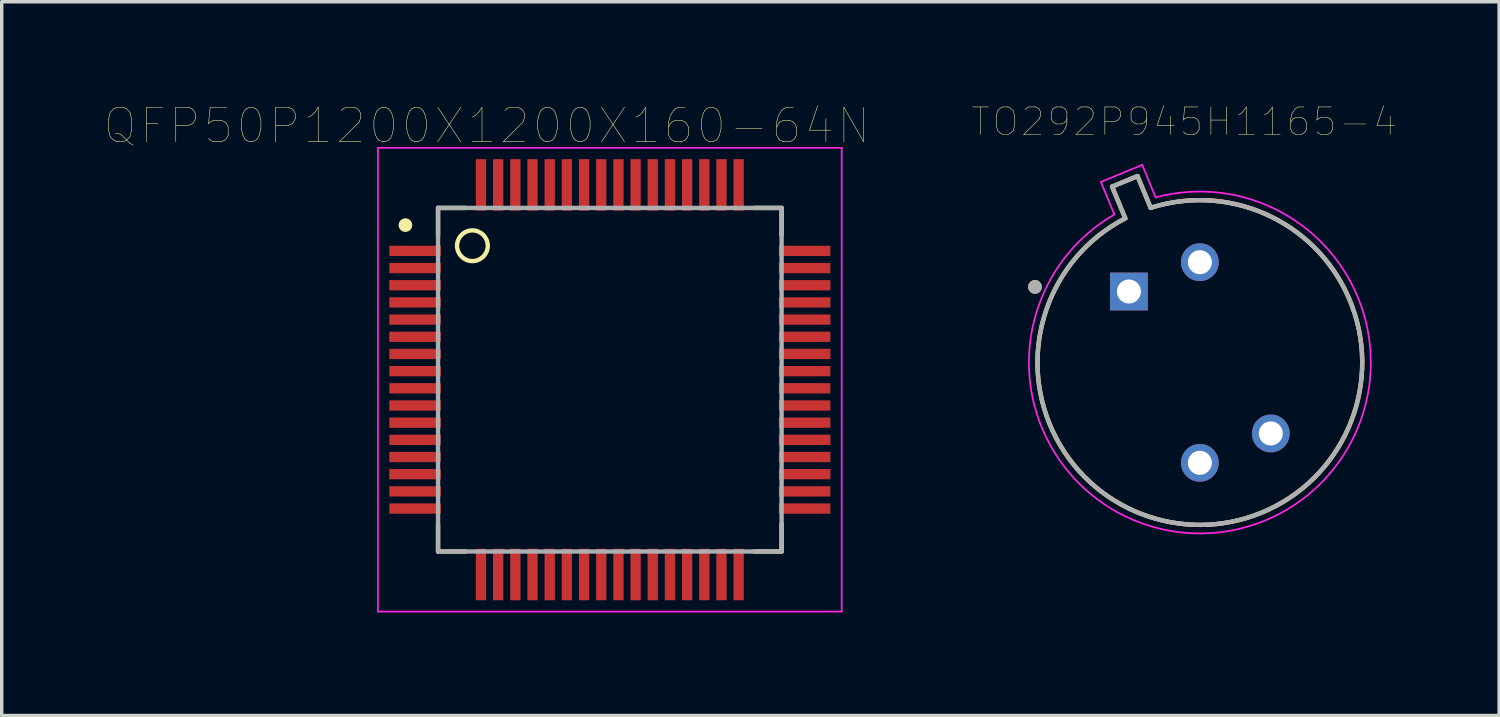
<source format=kicad_pcb>
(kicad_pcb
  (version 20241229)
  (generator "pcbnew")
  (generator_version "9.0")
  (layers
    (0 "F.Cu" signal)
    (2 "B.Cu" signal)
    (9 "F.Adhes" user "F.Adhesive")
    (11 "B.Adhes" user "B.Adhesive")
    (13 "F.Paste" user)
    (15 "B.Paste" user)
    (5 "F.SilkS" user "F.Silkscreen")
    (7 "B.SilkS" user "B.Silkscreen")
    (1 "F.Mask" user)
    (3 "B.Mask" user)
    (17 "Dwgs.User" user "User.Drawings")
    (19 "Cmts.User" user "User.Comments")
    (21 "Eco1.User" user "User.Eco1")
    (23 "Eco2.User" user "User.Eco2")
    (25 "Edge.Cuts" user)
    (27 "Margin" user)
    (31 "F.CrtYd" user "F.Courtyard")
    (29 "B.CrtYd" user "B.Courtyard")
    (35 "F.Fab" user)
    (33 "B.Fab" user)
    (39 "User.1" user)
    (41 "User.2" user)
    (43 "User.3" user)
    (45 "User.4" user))
  (footprint "QFP50P1200X1200X160-64N"
    (layer "F.Cu")
    (at 14.701 8.003)
    (property "Reference" "QFP50P1200X1200X160-64N" (at -3.578 -7.391 0) (layer "F.SilkS") (effects (font (size 1.001 1.001) (thickness 0.015))))
    (attr through_hole)
    (fp_line (start -5 -5) (end -5 -4.2) (stroke (width 0.127) (type solid)) (layer "F.SilkS"))
    (fp_line (start -5 4.2) (end -5 5) (stroke (width 0.127) (type solid)) (layer "F.SilkS"))
    (fp_line (start -5 5) (end -4.2 5) (stroke (width 0.127) (type solid)) (layer "F.SilkS"))
    (fp_line (start -4.2 -5) (end -5 -5) (stroke (width 0.127) (type solid)) (layer "F.SilkS"))
    (fp_line (start 4.2 5) (end 5 5) (stroke (width 0.127) (type solid)) (layer "F.SilkS"))
    (fp_line (start 5 -5) (end 4.2 -5) (stroke (width 0.127) (type solid)) (layer "F.SilkS"))
    (fp_line (start 5 -4.2) (end 5 -5) (stroke (width 0.127) (type solid)) (layer "F.SilkS"))
    (fp_line (start 5 5) (end 5 4.2) (stroke (width 0.127) (type solid)) (layer "F.SilkS"))
    (fp_circle (center -5.95 -4.5) (end -5.85 -4.5) (stroke (width 0.2) (type solid)) (fill no) (layer "F.SilkS"))
    (fp_circle (center -4 -3.9) (end -3.553 -3.9) (stroke (width 0.127) (type solid)) (fill no) (layer "F.SilkS"))
    (fp_line (start -6.75 -6.75) (end 6.75 -6.75) (stroke (width 0.05) (type solid)) (layer "F.CrtYd"))
    (fp_line (start -6.75 6.75) (end -6.75 -6.75) (stroke (width 0.05) (type solid)) (layer "F.CrtYd"))
    (fp_line (start 6.75 -6.75) (end 6.75 6.75) (stroke (width 0.05) (type solid)) (layer "F.CrtYd"))
    (fp_line (start 6.75 6.75) (end -6.75 6.75) (stroke (width 0.05) (type solid)) (layer "F.CrtYd"))
    (fp_line (start -5 -5) (end 5 -5) (stroke (width 0.127) (type solid)) (layer "F.Fab"))
    (fp_line (start -5 5) (end -5 -5) (stroke (width 0.127) (type solid)) (layer "F.Fab"))
    (fp_line (start 5 -5) (end 5 5) (stroke (width 0.127) (type solid)) (layer "F.Fab"))
    (fp_line (start 5 5) (end -5 5) (stroke (width 0.127) (type solid)) (layer "F.Fab"))
    (pad "1" smd rect (at -5.67 -3.75) (size 1.5 0.3) (layers "F.Cu" "F.Mask" "F.Paste"))
    (pad "2" smd rect (at -5.67 -3.25) (size 1.5 0.3) (layers "F.Cu" "F.Mask" "F.Paste"))
    (pad "3" smd rect (at -5.67 -2.75) (size 1.5 0.3) (layers "F.Cu" "F.Mask" "F.Paste"))
    (pad "4" smd rect (at -5.67 -2.25) (size 1.5 0.3) (layers "F.Cu" "F.Mask" "F.Paste"))
    (pad "5" smd rect (at -5.67 -1.75) (size 1.5 0.3) (layers "F.Cu" "F.Mask" "F.Paste"))
    (pad "6" smd rect (at -5.67 -1.25) (size 1.5 0.3) (layers "F.Cu" "F.Mask" "F.Paste"))
    (pad "7" smd rect (at -5.67 -0.75) (size 1.5 0.3) (layers "F.Cu" "F.Mask" "F.Paste"))
    (pad "8" smd rect (at -5.67 -0.25) (size 1.5 0.3) (layers "F.Cu" "F.Mask" "F.Paste"))
    (pad "9" smd rect (at -5.67 0.25) (size 1.5 0.3) (layers "F.Cu" "F.Mask" "F.Paste"))
    (pad "10" smd rect (at -5.67 0.75) (size 1.5 0.3) (layers "F.Cu" "F.Mask" "F.Paste"))
    (pad "11" smd rect (at -5.67 1.25) (size 1.5 0.3) (layers "F.Cu" "F.Mask" "F.Paste"))
    (pad "12" smd rect (at -5.67 1.75) (size 1.5 0.3) (layers "F.Cu" "F.Mask" "F.Paste"))
    (pad "13" smd rect (at -5.67 2.25) (size 1.5 0.3) (layers "F.Cu" "F.Mask" "F.Paste"))
    (pad "14" smd rect (at -5.67 2.75) (size 1.5 0.3) (layers "F.Cu" "F.Mask" "F.Paste"))
    (pad "15" smd rect (at -5.67 3.25) (size 1.5 0.3) (layers "F.Cu" "F.Mask" "F.Paste"))
    (pad "16" smd rect (at -5.67 3.75) (size 1.5 0.3) (layers "F.Cu" "F.Mask" "F.Paste"))
    (pad "17" smd rect (at -3.75 5.67) (size 0.3 1.5) (layers "F.Cu" "F.Mask" "F.Paste"))
    (pad "18" smd rect (at -3.25 5.67) (size 0.3 1.5) (layers "F.Cu" "F.Mask" "F.Paste"))
    (pad "19" smd rect (at -2.75 5.67) (size 0.3 1.5) (layers "F.Cu" "F.Mask" "F.Paste"))
    (pad "20" smd rect (at -2.25 5.67) (size 0.3 1.5) (layers "F.Cu" "F.Mask" "F.Paste"))
    (pad "21" smd rect (at -1.75 5.67) (size 0.3 1.5) (layers "F.Cu" "F.Mask" "F.Paste"))
    (pad "22" smd rect (at -1.25 5.67) (size 0.3 1.5) (layers "F.Cu" "F.Mask" "F.Paste"))
    (pad "23" smd rect (at -0.75 5.67) (size 0.3 1.5) (layers "F.Cu" "F.Mask" "F.Paste"))
    (pad "24" smd rect (at -0.25 5.67) (size 0.3 1.5) (layers "F.Cu" "F.Mask" "F.Paste"))
    (pad "25" smd rect (at 0.25 5.67) (size 0.3 1.5) (layers "F.Cu" "F.Mask" "F.Paste"))
    (pad "26" smd rect (at 0.75 5.67) (size 0.3 1.5) (layers "F.Cu" "F.Mask" "F.Paste"))
    (pad "27" smd rect (at 1.25 5.67) (size 0.3 1.5) (layers "F.Cu" "F.Mask" "F.Paste"))
    (pad "28" smd rect (at 1.75 5.67) (size 0.3 1.5) (layers "F.Cu" "F.Mask" "F.Paste"))
    (pad "29" smd rect (at 2.25 5.67) (size 0.3 1.5) (layers "F.Cu" "F.Mask" "F.Paste"))
    (pad "30" smd rect (at 2.75 5.67) (size 0.3 1.5) (layers "F.Cu" "F.Mask" "F.Paste"))
    (pad "31" smd rect (at 3.25 5.67) (size 0.3 1.5) (layers "F.Cu" "F.Mask" "F.Paste"))
    (pad "32" smd rect (at 3.75 5.67) (size 0.3 1.5) (layers "F.Cu" "F.Mask" "F.Paste"))
    (pad "33" smd rect (at 5.67 3.75) (size 1.5 0.3) (layers "F.Cu" "F.Mask" "F.Paste"))
    (pad "34" smd rect (at 5.67 3.25) (size 1.5 0.3) (layers "F.Cu" "F.Mask" "F.Paste"))
    (pad "35" smd rect (at 5.67 2.75) (size 1.5 0.3) (layers "F.Cu" "F.Mask" "F.Paste"))
    (pad "36" smd rect (at 5.67 2.25) (size 1.5 0.3) (layers "F.Cu" "F.Mask" "F.Paste"))
    (pad "37" smd rect (at 5.67 1.75) (size 1.5 0.3) (layers "F.Cu" "F.Mask" "F.Paste"))
    (pad "38" smd rect (at 5.67 1.25) (size 1.5 0.3) (layers "F.Cu" "F.Mask" "F.Paste"))
    (pad "39" smd rect (at 5.67 0.75) (size 1.5 0.3) (layers "F.Cu" "F.Mask" "F.Paste"))
    (pad "40" smd rect (at 5.67 0.25) (size 1.5 0.3) (layers "F.Cu" "F.Mask" "F.Paste"))
    (pad "41" smd rect (at 5.67 -0.25) (size 1.5 0.3) (layers "F.Cu" "F.Mask" "F.Paste"))
    (pad "42" smd rect (at 5.67 -0.75) (size 1.5 0.3) (layers "F.Cu" "F.Mask" "F.Paste"))
    (pad "43" smd rect (at 5.67 -1.25) (size 1.5 0.3) (layers "F.Cu" "F.Mask" "F.Paste"))
    (pad "44" smd rect (at 5.67 -1.75) (size 1.5 0.3) (layers "F.Cu" "F.Mask" "F.Paste"))
    (pad "45" smd rect (at 5.67 -2.25) (size 1.5 0.3) (layers "F.Cu" "F.Mask" "F.Paste"))
    (pad "46" smd rect (at 5.67 -2.75) (size 1.5 0.3) (layers "F.Cu" "F.Mask" "F.Paste"))
    (pad "47" smd rect (at 5.67 -3.25) (size 1.5 0.3) (layers "F.Cu" "F.Mask" "F.Paste"))
    (pad "48" smd rect (at 5.67 -3.75) (size 1.5 0.3) (layers "F.Cu" "F.Mask" "F.Paste"))
    (pad "49" smd rect (at 3.75 -5.67) (size 0.3 1.5) (layers "F.Cu" "F.Mask" "F.Paste"))
    (pad "50" smd rect (at 3.25 -5.67) (size 0.3 1.5) (layers "F.Cu" "F.Mask" "F.Paste"))
    (pad "51" smd rect (at 2.75 -5.67) (size 0.3 1.5) (layers "F.Cu" "F.Mask" "F.Paste"))
    (pad "52" smd rect (at 2.25 -5.67) (size 0.3 1.5) (layers "F.Cu" "F.Mask" "F.Paste"))
    (pad "53" smd rect (at 1.75 -5.67) (size 0.3 1.5) (layers "F.Cu" "F.Mask" "F.Paste"))
    (pad "54" smd rect (at 1.25 -5.67) (size 0.3 1.5) (layers "F.Cu" "F.Mask" "F.Paste"))
    (pad "55" smd rect (at 0.75 -5.67) (size 0.3 1.5) (layers "F.Cu" "F.Mask" "F.Paste"))
    (pad "56" smd rect (at 0.25 -5.67) (size 0.3 1.5) (layers "F.Cu" "F.Mask" "F.Paste"))
    (pad "57" smd rect (at -0.25 -5.67) (size 0.3 1.5) (layers "F.Cu" "F.Mask" "F.Paste"))
    (pad "58" smd rect (at -0.75 -5.67) (size 0.3 1.5) (layers "F.Cu" "F.Mask" "F.Paste"))
    (pad "59" smd rect (at -1.25 -5.67) (size 0.3 1.5) (layers "F.Cu" "F.Mask" "F.Paste"))
    (pad "60" smd rect (at -1.75 -5.67) (size 0.3 1.5) (layers "F.Cu" "F.Mask" "F.Paste"))
    (pad "61" smd rect (at -2.25 -5.67) (size 0.3 1.5) (layers "F.Cu" "F.Mask" "F.Paste"))
    (pad "62" smd rect (at -2.75 -5.67) (size 0.3 1.5) (layers "F.Cu" "F.Mask" "F.Paste"))
    (pad "63" smd rect (at -3.25 -5.67) (size 0.3 1.5) (layers "F.Cu" "F.Mask" "F.Paste"))
    (pad "64" smd rect (at -3.75 -5.67) (size 0.3 1.5) (layers "F.Cu" "F.Mask" "F.Paste")))
  (footprint "TO292P945H1165-4"
    (layer "F.Cu")
    (at 31.876 7.502)
    (property "Reference" "TO292P945H1165-4" (at -0.46 -7.008 0) (layer "F.SilkS") (effects (font (size 0.8 0.8) (thickness 0.015))))
    (attr through_hole)
    (fp_line (start -2.554 -5.12) (end -2.171 -4.196) (stroke (width 0.127) (type solid)) (layer "F.SilkS"))
    (fp_line (start -2.554 -5.12) (end -1.815 -5.426) (stroke (width 0.127) (type solid)) (layer "F.SilkS"))
    (fp_line (start -1.432 -4.503) (end -1.815 -5.426) (stroke (width 0.127) (type solid)) (layer "F.SilkS"))
    (fp_arc (start -1.4319 -4.5027) (mid 1.808349 4.36607) (end -2.1714 -4.1964) (stroke (width 0.127) (type solid)) (layer "F.SilkS"))
    (fp_circle (center -4.8 -2.2) (end -4.7 -2.2) (stroke (width 0.2) (type solid)) (fill no) (layer "F.SilkS"))
    (fp_line (start -2.881 -5.255) (end -1.679 -5.753) (stroke (width 0.05) (type solid)) (layer "F.CrtYd"))
    (fp_line (start -2.488 -4.308) (end -2.881 -5.255) (stroke (width 0.05) (type solid)) (layer "F.CrtYd"))
    (fp_line (start -1.679 -5.753) (end -1.287 -4.806) (stroke (width 0.05) (type solid)) (layer "F.CrtYd"))
    (fp_arc (start -1.2868 -4.8057) (mid 1.904401 4.596434) (end -2.4882 -4.308) (stroke (width 0.05) (type solid)) (layer "F.CrtYd"))
    (fp_line (start -2.554 -5.12) (end -2.171 -4.196) (stroke (width 0.127) (type solid)) (layer "F.Fab"))
    (fp_line (start -2.554 -5.12) (end -1.815 -5.426) (stroke (width 0.127) (type solid)) (layer "F.Fab"))
    (fp_line (start -1.432 -4.503) (end -1.815 -5.426) (stroke (width 0.127) (type solid)) (layer "F.Fab"))
    (fp_arc (start -1.4319 -4.5027) (mid 1.808349 4.36607) (end -2.1714 -4.1964) (stroke (width 0.127) (type solid)) (layer "F.Fab"))
    (fp_circle (center -4.8 -2.2) (end -4.7 -2.2) (stroke (width 0.2) (type solid)) (fill no) (layer "F.Fab"))
    (pad "1" thru_hole rect (at -2.065 -2.067) (size 1.1 1.1) (drill 0.7) (layers "*.Cu" "*.Mask"))
    (pad "2" thru_hole circle (at 0 2.92) (size 1.1 1.1) (drill 0.7) (layers "*.Cu" "*.Mask"))
    (pad "3" thru_hole circle (at 2.065 2.065) (size 1.1 1.1) (drill 0.7) (layers "*.Cu" "*.Mask"))
    (pad "4" thru_hole circle (at 0 -2.92) (size 1.1 1.1) (drill 0.7) (layers "*.Cu" "*.Mask")))
  (gr_rect
    (start -3 -3)
    (end 40.587 17.778)
    (stroke (width 0.1) (type default))
    (fill no)
    (layer "Edge.Cuts")))
</source>
